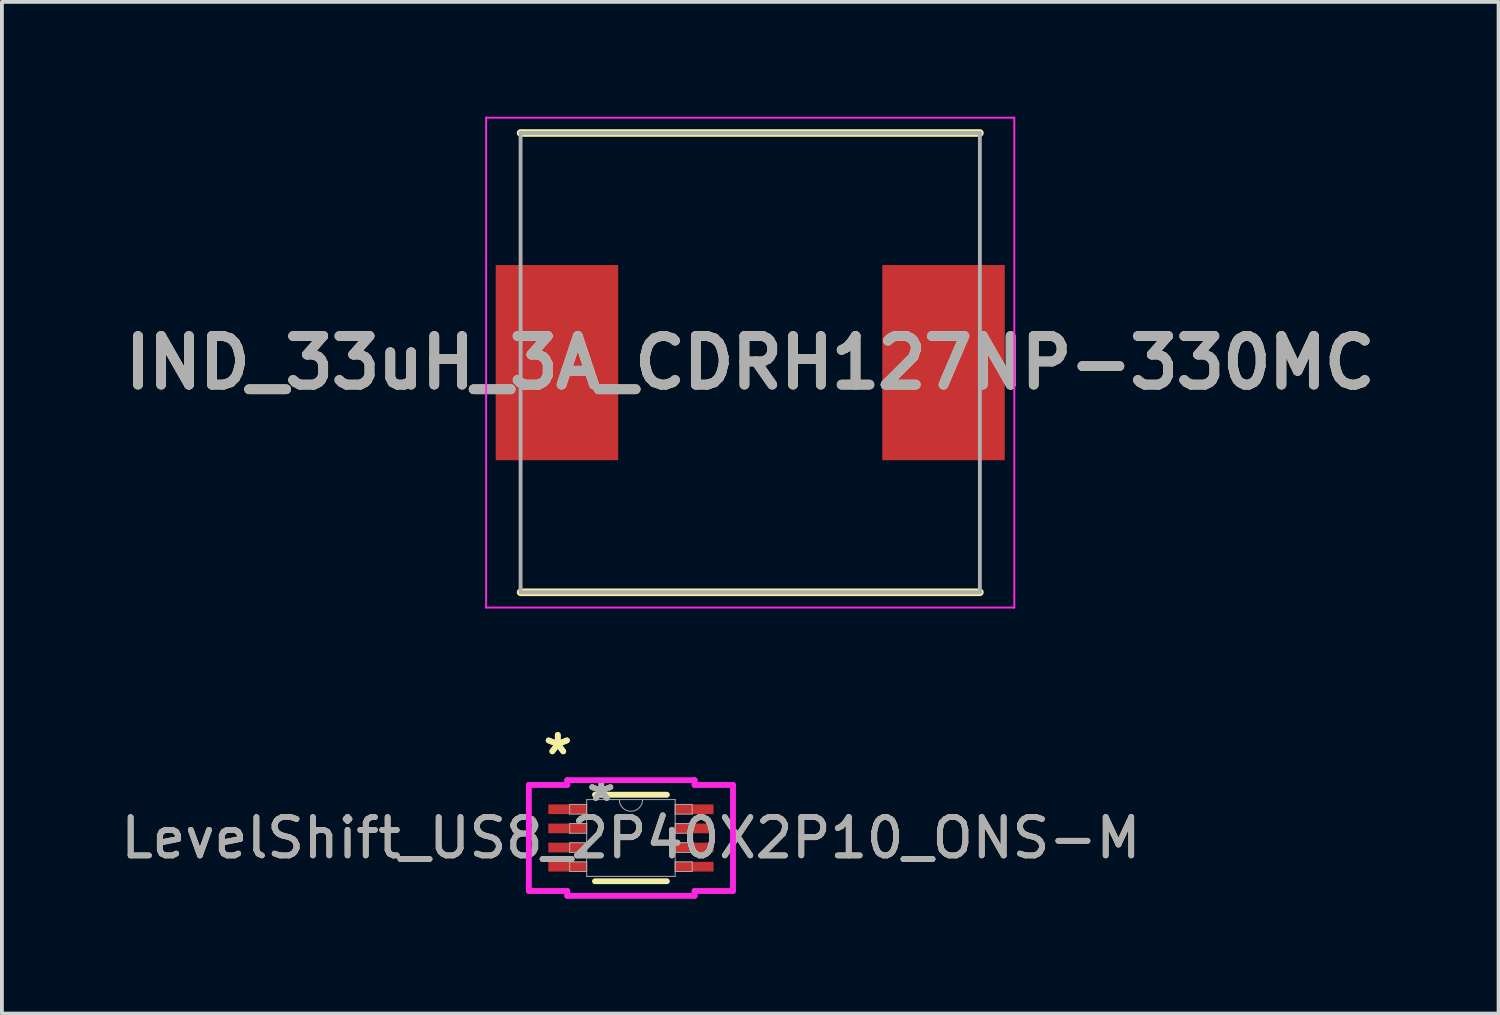
<source format=kicad_pcb>
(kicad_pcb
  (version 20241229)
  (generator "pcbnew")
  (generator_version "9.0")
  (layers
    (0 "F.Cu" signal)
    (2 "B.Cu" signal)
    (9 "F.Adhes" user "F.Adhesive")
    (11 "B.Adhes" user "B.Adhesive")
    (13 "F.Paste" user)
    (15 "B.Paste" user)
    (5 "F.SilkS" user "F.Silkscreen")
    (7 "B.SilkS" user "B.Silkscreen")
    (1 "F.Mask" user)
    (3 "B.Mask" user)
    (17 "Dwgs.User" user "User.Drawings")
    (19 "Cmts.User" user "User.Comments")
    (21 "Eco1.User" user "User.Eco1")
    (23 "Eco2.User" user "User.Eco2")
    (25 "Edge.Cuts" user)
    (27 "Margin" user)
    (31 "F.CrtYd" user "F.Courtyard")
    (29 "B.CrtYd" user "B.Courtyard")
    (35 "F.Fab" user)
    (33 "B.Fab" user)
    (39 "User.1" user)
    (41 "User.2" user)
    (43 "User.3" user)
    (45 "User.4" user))
  (footprint "LevelShift_US8_2P40X2P10_ONS-M"
    (layer "F.Cu")
    (at 13.435 18.845)
    (property "Reference" "LevelShift_US8_2P40X2P10_ONS-M" (at 0 0 0) (unlocked yes) (layer "F.SilkS") (effects (font (size 1 1) (thickness 0.15))))
    (attr smd)
    (fp_line (start -0.94 1.13) (end 0.94 1.13) (stroke (width 0.152) (type solid)) (layer "F.SilkS"))
    (fp_line (start 0.94 -1.13) (end -0.94 -1.13) (stroke (width 0.152) (type solid)) (layer "F.SilkS"))
    (fp_line (start -2.667 -1.385) (end -1.664 -1.385) (stroke (width 0.152) (type solid)) (layer "F.CrtYd"))
    (fp_line (start -2.667 1.385) (end -2.667 -1.385) (stroke (width 0.152) (type solid)) (layer "F.CrtYd"))
    (fp_line (start -2.667 1.385) (end -1.664 1.385) (stroke (width 0.152) (type solid)) (layer "F.CrtYd"))
    (fp_line (start -1.664 -1.511) (end 1.664 -1.511) (stroke (width 0.152) (type solid)) (layer "F.CrtYd"))
    (fp_line (start -1.664 -1.385) (end -1.664 -1.511) (stroke (width 0.152) (type solid)) (layer "F.CrtYd"))
    (fp_line (start -1.664 1.511) (end -1.664 1.385) (stroke (width 0.152) (type solid)) (layer "F.CrtYd"))
    (fp_line (start 1.664 -1.511) (end 1.664 -1.385) (stroke (width 0.152) (type solid)) (layer "F.CrtYd"))
    (fp_line (start 1.664 1.385) (end 1.664 1.511) (stroke (width 0.152) (type solid)) (layer "F.CrtYd"))
    (fp_line (start 1.664 1.511) (end -1.664 1.511) (stroke (width 0.152) (type solid)) (layer "F.CrtYd"))
    (fp_line (start 2.667 -1.385) (end 1.664 -1.385) (stroke (width 0.152) (type solid)) (layer "F.CrtYd"))
    (fp_line (start 2.667 -1.385) (end 2.667 1.385) (stroke (width 0.152) (type solid)) (layer "F.CrtYd"))
    (fp_line (start 2.667 1.385) (end 1.664 1.385) (stroke (width 0.152) (type solid)) (layer "F.CrtYd"))
    (fp_line (start -1.6 -0.877) (end -1.6 -0.623) (stroke (width 0.025) (type solid)) (layer "F.Fab"))
    (fp_line (start -1.6 -0.623) (end -1.156 -0.623) (stroke (width 0.025) (type solid)) (layer "F.Fab"))
    (fp_line (start -1.6 -0.377) (end -1.6 -0.123) (stroke (width 0.025) (type solid)) (layer "F.Fab"))
    (fp_line (start -1.6 -0.123) (end -1.156 -0.123) (stroke (width 0.025) (type solid)) (layer "F.Fab"))
    (fp_line (start -1.6 0.123) (end -1.6 0.377) (stroke (width 0.025) (type solid)) (layer "F.Fab"))
    (fp_line (start -1.6 0.377) (end -1.156 0.377) (stroke (width 0.025) (type solid)) (layer "F.Fab"))
    (fp_line (start -1.6 0.623) (end -1.6 0.877) (stroke (width 0.025) (type solid)) (layer "F.Fab"))
    (fp_line (start -1.6 0.877) (end -1.156 0.877) (stroke (width 0.025) (type solid)) (layer "F.Fab"))
    (fp_line (start -1.156 -1.003) (end -1.156 1.003) (stroke (width 0.025) (type solid)) (layer "F.Fab"))
    (fp_line (start -1.156 -0.877) (end -1.6 -0.877) (stroke (width 0.025) (type solid)) (layer "F.Fab"))
    (fp_line (start -1.156 -0.623) (end -1.156 -0.877) (stroke (width 0.025) (type solid)) (layer "F.Fab"))
    (fp_line (start -1.156 -0.377) (end -1.6 -0.377) (stroke (width 0.025) (type solid)) (layer "F.Fab"))
    (fp_line (start -1.156 -0.123) (end -1.156 -0.377) (stroke (width 0.025) (type solid)) (layer "F.Fab"))
    (fp_line (start -1.156 0.123) (end -1.6 0.123) (stroke (width 0.025) (type solid)) (layer "F.Fab"))
    (fp_line (start -1.156 0.377) (end -1.156 0.123) (stroke (width 0.025) (type solid)) (layer "F.Fab"))
    (fp_line (start -1.156 0.623) (end -1.6 0.623) (stroke (width 0.025) (type solid)) (layer "F.Fab"))
    (fp_line (start -1.156 0.877) (end -1.156 0.623) (stroke (width 0.025) (type solid)) (layer "F.Fab"))
    (fp_line (start -1.156 1.003) (end 1.156 1.003) (stroke (width 0.025) (type solid)) (layer "F.Fab"))
    (fp_line (start 1.156 -1.003) (end -1.156 -1.003) (stroke (width 0.025) (type solid)) (layer "F.Fab"))
    (fp_line (start 1.156 -0.877) (end 1.156 -0.623) (stroke (width 0.025) (type solid)) (layer "F.Fab"))
    (fp_line (start 1.156 -0.623) (end 1.6 -0.623) (stroke (width 0.025) (type solid)) (layer "F.Fab"))
    (fp_line (start 1.156 -0.377) (end 1.156 -0.123) (stroke (width 0.025) (type solid)) (layer "F.Fab"))
    (fp_line (start 1.156 -0.123) (end 1.6 -0.123) (stroke (width 0.025) (type solid)) (layer "F.Fab"))
    (fp_line (start 1.156 0.123) (end 1.156 0.377) (stroke (width 0.025) (type solid)) (layer "F.Fab"))
    (fp_line (start 1.156 0.377) (end 1.6 0.377) (stroke (width 0.025) (type solid)) (layer "F.Fab"))
    (fp_line (start 1.156 0.623) (end 1.156 0.877) (stroke (width 0.025) (type solid)) (layer "F.Fab"))
    (fp_line (start 1.156 0.877) (end 1.6 0.877) (stroke (width 0.025) (type solid)) (layer "F.Fab"))
    (fp_line (start 1.156 1.003) (end 1.156 -1.003) (stroke (width 0.025) (type solid)) (layer "F.Fab"))
    (fp_line (start 1.6 -0.877) (end 1.156 -0.877) (stroke (width 0.025) (type solid)) (layer "F.Fab"))
    (fp_line (start 1.6 -0.623) (end 1.6 -0.877) (stroke (width 0.025) (type solid)) (layer "F.Fab"))
    (fp_line (start 1.6 -0.377) (end 1.156 -0.377) (stroke (width 0.025) (type solid)) (layer "F.Fab"))
    (fp_line (start 1.6 -0.123) (end 1.6 -0.377) (stroke (width 0.025) (type solid)) (layer "F.Fab"))
    (fp_line (start 1.6 0.123) (end 1.156 0.123) (stroke (width 0.025) (type solid)) (layer "F.Fab"))
    (fp_line (start 1.6 0.377) (end 1.6 0.123) (stroke (width 0.025) (type solid)) (layer "F.Fab"))
    (fp_line (start 1.6 0.623) (end 1.156 0.623) (stroke (width 0.025) (type solid)) (layer "F.Fab"))
    (fp_line (start 1.6 0.877) (end 1.6 0.623) (stroke (width 0.025) (type solid)) (layer "F.Fab"))
    (fp_arc (start 0.3048 -1.0033) (mid 0 -0.6985) (end -0.3048 -1.0033) (stroke (width 0.0254) (type solid)) (layer "F.Fab"))
    (fp_text user "*" (at -1.911 -2.147 0) (layer "F.SilkS") (effects (font (size 1 1) (thickness 0.15))))
    (fp_text user "*" (at -1.911 -2.147 0) (unlocked yes) (layer "F.SilkS") (effects (font (size 1 1) (thickness 0.15))))
    (fp_text user "*" (at -0.775 -0.927 0) (layer "F.Fab") (effects (font (size 1 1) (thickness 0.15))))
    (fp_text user "*" (at -0.775 -0.927 0) (unlocked yes) (layer "F.Fab") (effects (font (size 1 1) (thickness 0.15))))
    (fp_text user "${REFERENCE}" (at 0 0 0) (unlocked yes) (layer "F.Fab") (effects (font (size 1 1) (thickness 0.15))))
    (pad "1" smd rect (at -1.657 -0.75) (size 1.003 0.254) (layers "F.Cu" "F.Mask" "F.Paste"))
    (pad "2" smd rect (at -1.657 -0.25) (size 1.003 0.254) (layers "F.Cu" "F.Mask" "F.Paste"))
    (pad "3" smd rect (at -1.657 0.25) (size 1.003 0.254) (layers "F.Cu" "F.Mask" "F.Paste"))
    (pad "4" smd rect (at -1.657 0.75) (size 1.003 0.254) (layers "F.Cu" "F.Mask" "F.Paste"))
    (pad "5" smd rect (at 1.657 0.75) (size 1.003 0.254) (layers "F.Cu" "F.Mask" "F.Paste"))
    (pad "6" smd rect (at 1.657 0.25) (size 1.003 0.254) (layers "F.Cu" "F.Mask" "F.Paste"))
    (pad "7" smd rect (at 1.657 -0.25) (size 1.003 0.254) (layers "F.Cu" "F.Mask" "F.Paste"))
    (pad "8" smd rect (at 1.657 -0.75) (size 1.003 0.254) (layers "F.Cu" "F.Mask" "F.Paste")))
  (footprint "IND_33uH_3A_CDRH127NP-330MC"
    (layer "F.Cu")
    (at 16.552 6.425)
    (property "Reference" "IND_33uH_3A_CDRH127NP-330MC" (at 0 0 0) (layer "F.SilkS") (effects (font (size 1.27 1.27) (thickness 0.254))))
    (attr smd)
    (fp_line (start -6 6) (end 6 6) (stroke (width 0.2) (type solid)) (layer "F.SilkS"))
    (fp_line (start 6 -6) (end -6 -6) (stroke (width 0.2) (type solid)) (layer "F.SilkS"))
    (fp_line (start -6.9 -6.4) (end 6.9 -6.4) (stroke (width 0.05) (type solid)) (layer "F.CrtYd"))
    (fp_line (start -6.9 6.4) (end -6.9 -6.4) (stroke (width 0.05) (type solid)) (layer "F.CrtYd"))
    (fp_line (start 6.9 -6.4) (end 6.9 6.4) (stroke (width 0.05) (type solid)) (layer "F.CrtYd"))
    (fp_line (start 6.9 6.4) (end -6.9 6.4) (stroke (width 0.05) (type solid)) (layer "F.CrtYd"))
    (fp_line (start -6 -6) (end 6 -6) (stroke (width 0.1) (type solid)) (layer "F.Fab"))
    (fp_line (start -6 6) (end -6 -6) (stroke (width 0.1) (type solid)) (layer "F.Fab"))
    (fp_line (start 6 -6) (end 6 6) (stroke (width 0.1) (type solid)) (layer "F.Fab"))
    (fp_line (start 6 6) (end -6 6) (stroke (width 0.1) (type solid)) (layer "F.Fab"))
    (fp_text user "${REFERENCE}" (at 0 0 0) (layer "F.Fab") (effects (font (size 1.27 1.27) (thickness 0.254))))
    (pad "1" smd rect (at -5.05 0) (size 3.2 5.1) (layers "F.Cu" "F.Mask" "F.Paste"))
    (pad "2" smd rect (at 5.05 0) (size 3.2 5.1) (layers "F.Cu" "F.Mask" "F.Paste")))
  (gr_rect
    (start -3 -3)
    (end 36.105 23.433)
    (stroke (width 0.1) (type default))
    (fill no)
    (layer "Edge.Cuts")))
</source>
